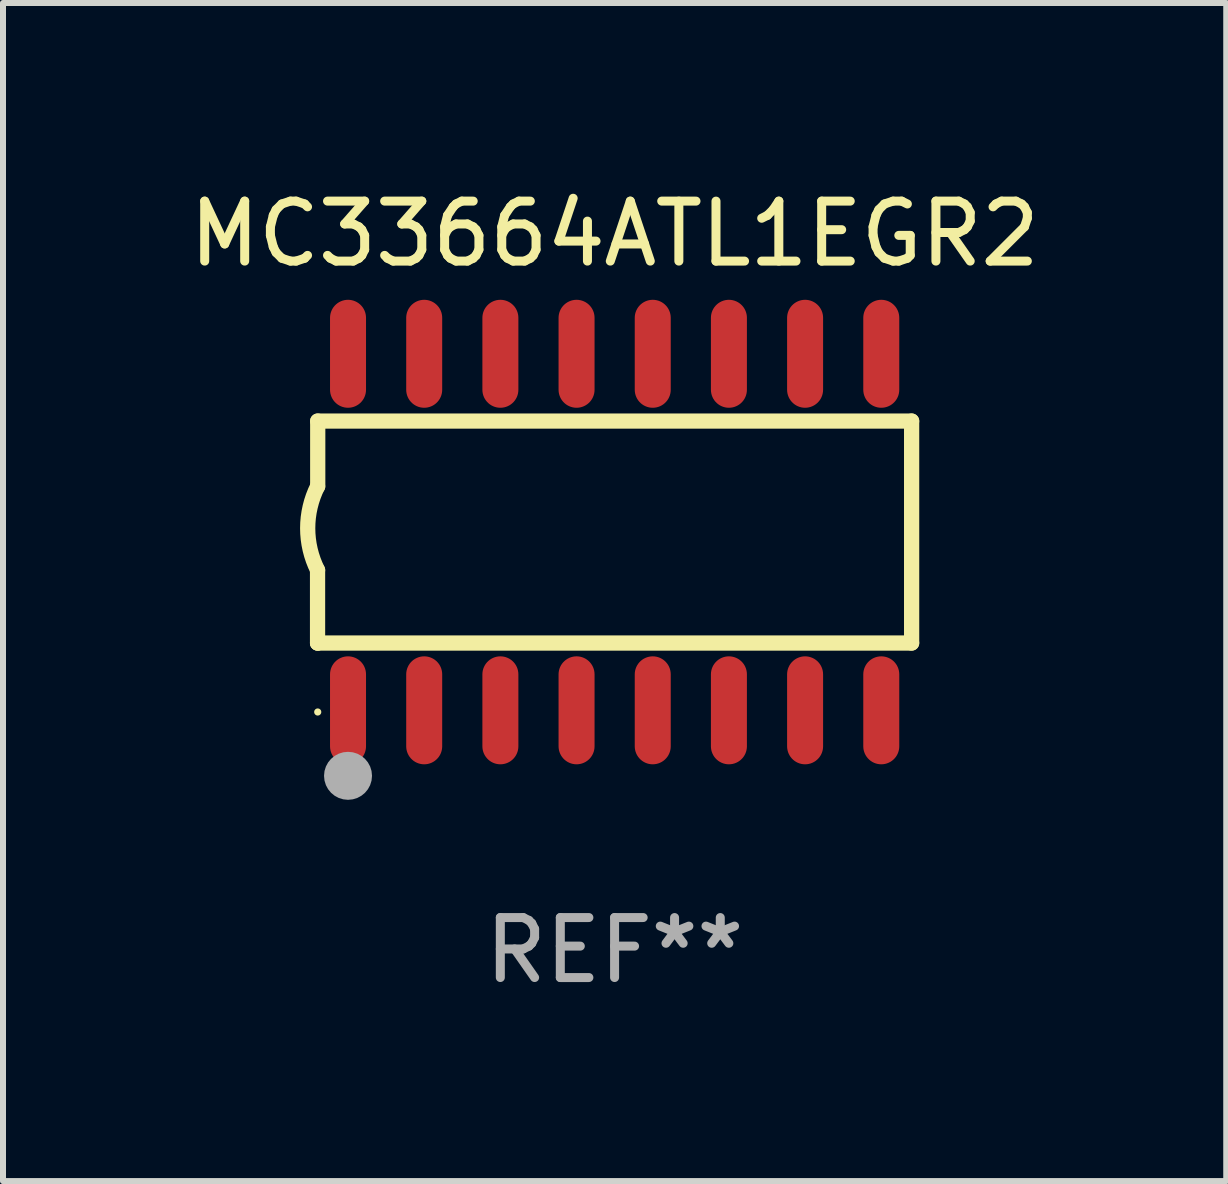
<source format=kicad_pcb>
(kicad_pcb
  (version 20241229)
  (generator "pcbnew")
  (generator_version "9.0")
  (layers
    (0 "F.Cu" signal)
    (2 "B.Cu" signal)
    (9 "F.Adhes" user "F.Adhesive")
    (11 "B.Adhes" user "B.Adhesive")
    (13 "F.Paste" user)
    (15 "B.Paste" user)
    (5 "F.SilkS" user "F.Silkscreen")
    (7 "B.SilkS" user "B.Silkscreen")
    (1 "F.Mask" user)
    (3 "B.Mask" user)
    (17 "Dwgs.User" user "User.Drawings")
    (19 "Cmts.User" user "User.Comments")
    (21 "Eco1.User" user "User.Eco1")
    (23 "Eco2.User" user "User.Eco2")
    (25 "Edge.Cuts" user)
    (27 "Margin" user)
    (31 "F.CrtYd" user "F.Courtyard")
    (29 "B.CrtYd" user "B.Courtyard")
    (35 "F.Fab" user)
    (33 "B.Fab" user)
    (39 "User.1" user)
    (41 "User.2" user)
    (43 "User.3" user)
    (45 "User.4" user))
  (footprint "MC33664ATL1EGR2"
    (layer "F.Cu")
    (at 7.196 5.82)
    (property "Reference" "MC33664ATL1EGR2" (at 0 -4.972 0) (layer "F.SilkS") (effects (font (size 1 1) (thickness 0.15))))
    (attr through_hole)
    (fp_line (start -4.952 0.635) (end -4.952 1.85) (stroke (width 0.254) (type solid)) (layer "F.SilkS"))
    (fp_line (start -4.952 1.85) (end -4.949 1.85) (stroke (width 0.254) (type solid)) (layer "F.SilkS"))
    (fp_line (start -4.949 -1.85) (end -4.949 -0.762) (stroke (width 0.254) (type solid)) (layer "F.SilkS"))
    (fp_line (start -4.949 1.85) (end 4.952 1.85) (stroke (width 0.254) (type solid)) (layer "F.SilkS"))
    (fp_line (start 4.952 -1.85) (end -4.949 -1.85) (stroke (width 0.254) (type solid)) (layer "F.SilkS"))
    (fp_line (start 4.952 1.85) (end 4.952 -1.85) (stroke (width 0.254) (type solid)) (layer "F.SilkS"))
    (fp_arc (start -4.951524 0.635001) (mid -5.116418 -0.0635) (end -4.951524 -0.762002) (stroke (width 0.254001) (type solid)) (layer "F.SilkS"))
    (fp_circle (center -4.949 3) (end -4.919 3) (stroke (width 0.06) (type solid)) (fill no) (layer "F.SilkS"))
    (fp_circle (center -4.444 4.064) (end -4.244 4.064) (stroke (width 0.4) (type solid)) (fill no) (layer "F.Fab"))
    (fp_text user "REF**" (at 0 6.972 0) (layer "F.Fab") (effects (font (size 1 1) (thickness 0.15))))
    (pad "1" smd oval (at -4.444 2.972 180) (size 0.6 1.8) (layers "F.Cu" "F.Mask" "F.Paste"))
    (pad "2" smd oval (at -3.174 2.972 180) (size 0.6 1.8) (layers "F.Cu" "F.Mask" "F.Paste"))
    (pad "3" smd oval (at -1.904 2.972 180) (size 0.6 1.8) (layers "F.Cu" "F.Mask" "F.Paste"))
    (pad "4" smd oval (at -0.634 2.972 180) (size 0.6 1.8) (layers "F.Cu" "F.Mask" "F.Paste"))
    (pad "5" smd oval (at 0.636 2.972 180) (size 0.6 1.8) (layers "F.Cu" "F.Mask" "F.Paste"))
    (pad "6" smd oval (at 1.906 2.972 180) (size 0.6 1.8) (layers "F.Cu" "F.Mask" "F.Paste"))
    (pad "7" smd oval (at 3.176 2.972 180) (size 0.6 1.8) (layers "F.Cu" "F.Mask" "F.Paste"))
    (pad "8" smd oval (at 4.446 2.972 180) (size 0.6 1.8) (layers "F.Cu" "F.Mask" "F.Paste"))
    (pad "9" smd oval (at 4.446 -2.972 180) (size 0.6 1.8) (layers "F.Cu" "F.Mask" "F.Paste"))
    (pad "10" smd oval (at 3.176 -2.972 180) (size 0.6 1.8) (layers "F.Cu" "F.Mask" "F.Paste"))
    (pad "11" smd oval (at 1.906 -2.972 180) (size 0.6 1.8) (layers "F.Cu" "F.Mask" "F.Paste"))
    (pad "12" smd oval (at 0.636 -2.972 180) (size 0.6 1.8) (layers "F.Cu" "F.Mask" "F.Paste"))
    (pad "13" smd oval (at -0.634 -2.972 180) (size 0.6 1.8) (layers "F.Cu" "F.Mask" "F.Paste"))
    (pad "14" smd oval (at -1.904 -2.972 180) (size 0.6 1.8) (layers "F.Cu" "F.Mask" "F.Paste"))
    (pad "15" smd oval (at -3.174 -2.972 180) (size 0.6 1.8) (layers "F.Cu" "F.Mask" "F.Paste"))
    (pad "16" smd oval (at -4.444 -2.972 180) (size 0.6 1.8) (layers "F.Cu" "F.Mask" "F.Paste")))
  (gr_rect
    (start -3 -3)
    (end 17.393 16.64)
    (stroke (width 0.1) (type default))
    (fill no)
    (layer "Edge.Cuts")))
</source>
